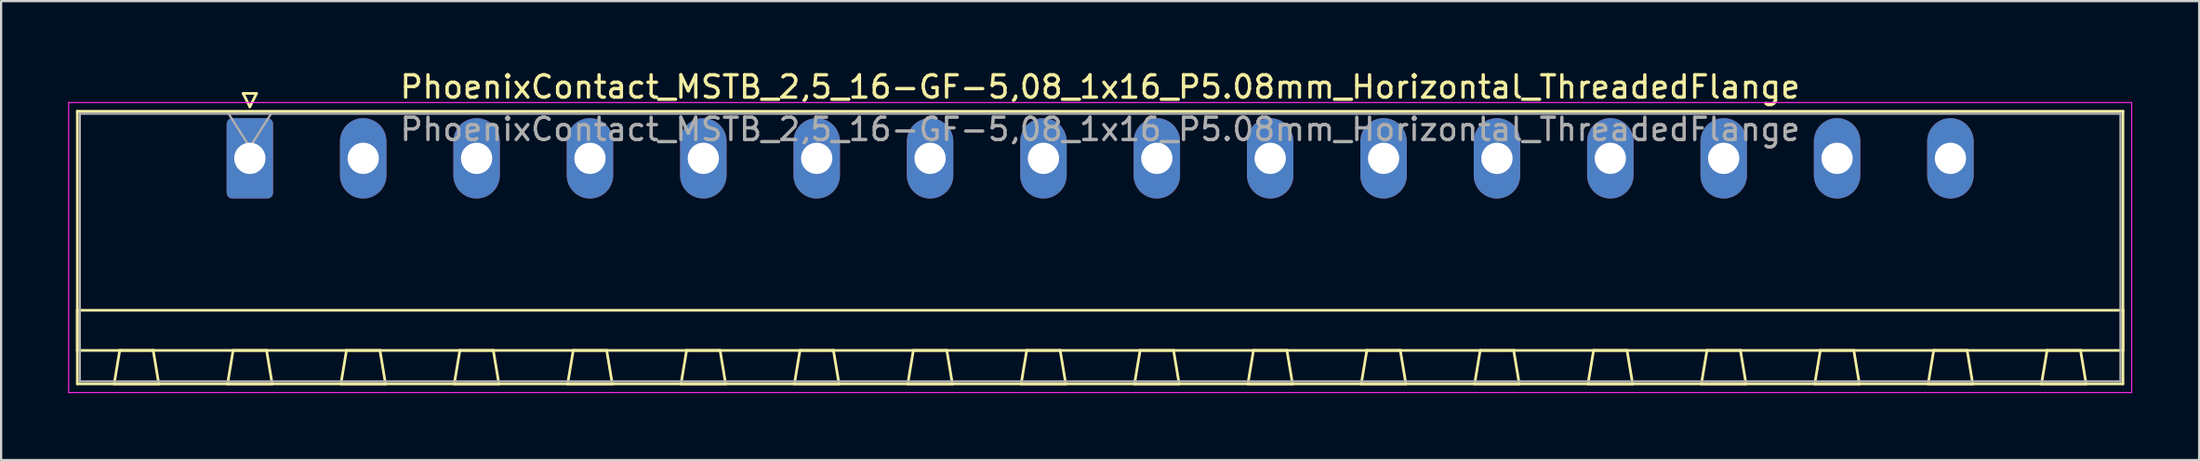
<source format=kicad_pcb>
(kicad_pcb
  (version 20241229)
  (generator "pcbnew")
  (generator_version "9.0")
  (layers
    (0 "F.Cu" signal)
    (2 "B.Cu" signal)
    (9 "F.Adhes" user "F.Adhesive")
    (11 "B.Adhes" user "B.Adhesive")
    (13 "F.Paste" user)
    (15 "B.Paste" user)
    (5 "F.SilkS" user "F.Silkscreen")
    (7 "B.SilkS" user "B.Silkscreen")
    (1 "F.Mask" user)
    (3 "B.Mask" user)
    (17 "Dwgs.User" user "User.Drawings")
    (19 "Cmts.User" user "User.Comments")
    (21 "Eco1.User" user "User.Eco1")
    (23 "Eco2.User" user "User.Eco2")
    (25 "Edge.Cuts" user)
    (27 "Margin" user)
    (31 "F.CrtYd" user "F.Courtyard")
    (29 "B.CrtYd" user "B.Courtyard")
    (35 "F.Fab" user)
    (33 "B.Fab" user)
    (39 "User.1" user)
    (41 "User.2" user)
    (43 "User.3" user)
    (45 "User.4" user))
  (footprint "PhoenixContact_MSTB_2,5_16-GF-5,08_1x16_P5.08mm_Horizontal_ThreadedFlange"
    (layer "F.Cu")
    (at 8.145 4.048)
    (property "Reference" "PhoenixContact_MSTB_2,5_16-GF-5,08_1x16_P5.08mm_Horizontal_ThreadedFlange" (at 38.1 -3.2 0) (layer "F.SilkS") (effects (font (size 1 1) (thickness 0.15))))
    (attr through_hole)
    (fp_line (start -7.73 -2.11) (end -7.73 10.11) (stroke (width 0.12) (type solid)) (layer "F.SilkS"))
    (fp_line (start -7.73 6.81) (end 83.93 6.81) (stroke (width 0.12) (type solid)) (layer "F.SilkS"))
    (fp_line (start -7.73 8.61) (end -7.73 6.81) (stroke (width 0.12) (type solid)) (layer "F.SilkS"))
    (fp_line (start -7.73 10.11) (end 83.93 10.11) (stroke (width 0.12) (type solid)) (layer "F.SilkS"))
    (fp_line (start -6.08 10.11) (end -4.08 10.11) (stroke (width 0.12) (type solid)) (layer "F.SilkS"))
    (fp_line (start -5.83 8.61) (end -6.08 10.11) (stroke (width 0.12) (type solid)) (layer "F.SilkS"))
    (fp_line (start -4.33 8.61) (end -5.83 8.61) (stroke (width 0.12) (type solid)) (layer "F.SilkS"))
    (fp_line (start -4.08 10.11) (end -4.33 8.61) (stroke (width 0.12) (type solid)) (layer "F.SilkS"))
    (fp_line (start -1 10.11) (end 1 10.11) (stroke (width 0.12) (type solid)) (layer "F.SilkS"))
    (fp_line (start -0.75 8.61) (end -1 10.11) (stroke (width 0.12) (type solid)) (layer "F.SilkS"))
    (fp_line (start -0.3 -2.91) (end 0.3 -2.91) (stroke (width 0.12) (type solid)) (layer "F.SilkS"))
    (fp_line (start 0 -2.31) (end -0.3 -2.91) (stroke (width 0.12) (type solid)) (layer "F.SilkS"))
    (fp_line (start 0.3 -2.91) (end 0 -2.31) (stroke (width 0.12) (type solid)) (layer "F.SilkS"))
    (fp_line (start 0.75 8.61) (end -0.75 8.61) (stroke (width 0.12) (type solid)) (layer "F.SilkS"))
    (fp_line (start 1 10.11) (end 0.75 8.61) (stroke (width 0.12) (type solid)) (layer "F.SilkS"))
    (fp_line (start 4.08 10.11) (end 6.08 10.11) (stroke (width 0.12) (type solid)) (layer "F.SilkS"))
    (fp_line (start 4.33 8.61) (end 4.08 10.11) (stroke (width 0.12) (type solid)) (layer "F.SilkS"))
    (fp_line (start 5.83 8.61) (end 4.33 8.61) (stroke (width 0.12) (type solid)) (layer "F.SilkS"))
    (fp_line (start 6.08 10.11) (end 5.83 8.61) (stroke (width 0.12) (type solid)) (layer "F.SilkS"))
    (fp_line (start 9.16 10.11) (end 11.16 10.11) (stroke (width 0.12) (type solid)) (layer "F.SilkS"))
    (fp_line (start 9.41 8.61) (end 9.16 10.11) (stroke (width 0.12) (type solid)) (layer "F.SilkS"))
    (fp_line (start 10.91 8.61) (end 9.41 8.61) (stroke (width 0.12) (type solid)) (layer "F.SilkS"))
    (fp_line (start 11.16 10.11) (end 10.91 8.61) (stroke (width 0.12) (type solid)) (layer "F.SilkS"))
    (fp_line (start 14.24 10.11) (end 16.24 10.11) (stroke (width 0.12) (type solid)) (layer "F.SilkS"))
    (fp_line (start 14.49 8.61) (end 14.24 10.11) (stroke (width 0.12) (type solid)) (layer "F.SilkS"))
    (fp_line (start 15.99 8.61) (end 14.49 8.61) (stroke (width 0.12) (type solid)) (layer "F.SilkS"))
    (fp_line (start 16.24 10.11) (end 15.99 8.61) (stroke (width 0.12) (type solid)) (layer "F.SilkS"))
    (fp_line (start 19.32 10.11) (end 21.32 10.11) (stroke (width 0.12) (type solid)) (layer "F.SilkS"))
    (fp_line (start 19.57 8.61) (end 19.32 10.11) (stroke (width 0.12) (type solid)) (layer "F.SilkS"))
    (fp_line (start 21.07 8.61) (end 19.57 8.61) (stroke (width 0.12) (type solid)) (layer "F.SilkS"))
    (fp_line (start 21.32 10.11) (end 21.07 8.61) (stroke (width 0.12) (type solid)) (layer "F.SilkS"))
    (fp_line (start 24.4 10.11) (end 26.4 10.11) (stroke (width 0.12) (type solid)) (layer "F.SilkS"))
    (fp_line (start 24.65 8.61) (end 24.4 10.11) (stroke (width 0.12) (type solid)) (layer "F.SilkS"))
    (fp_line (start 26.15 8.61) (end 24.65 8.61) (stroke (width 0.12) (type solid)) (layer "F.SilkS"))
    (fp_line (start 26.4 10.11) (end 26.15 8.61) (stroke (width 0.12) (type solid)) (layer "F.SilkS"))
    (fp_line (start 29.48 10.11) (end 31.48 10.11) (stroke (width 0.12) (type solid)) (layer "F.SilkS"))
    (fp_line (start 29.73 8.61) (end 29.48 10.11) (stroke (width 0.12) (type solid)) (layer "F.SilkS"))
    (fp_line (start 31.23 8.61) (end 29.73 8.61) (stroke (width 0.12) (type solid)) (layer "F.SilkS"))
    (fp_line (start 31.48 10.11) (end 31.23 8.61) (stroke (width 0.12) (type solid)) (layer "F.SilkS"))
    (fp_line (start 34.56 10.11) (end 36.56 10.11) (stroke (width 0.12) (type solid)) (layer "F.SilkS"))
    (fp_line (start 34.81 8.61) (end 34.56 10.11) (stroke (width 0.12) (type solid)) (layer "F.SilkS"))
    (fp_line (start 36.31 8.61) (end 34.81 8.61) (stroke (width 0.12) (type solid)) (layer "F.SilkS"))
    (fp_line (start 36.56 10.11) (end 36.31 8.61) (stroke (width 0.12) (type solid)) (layer "F.SilkS"))
    (fp_line (start 39.64 10.11) (end 41.64 10.11) (stroke (width 0.12) (type solid)) (layer "F.SilkS"))
    (fp_line (start 39.89 8.61) (end 39.64 10.11) (stroke (width 0.12) (type solid)) (layer "F.SilkS"))
    (fp_line (start 41.39 8.61) (end 39.89 8.61) (stroke (width 0.12) (type solid)) (layer "F.SilkS"))
    (fp_line (start 41.64 10.11) (end 41.39 8.61) (stroke (width 0.12) (type solid)) (layer "F.SilkS"))
    (fp_line (start 44.72 10.11) (end 46.72 10.11) (stroke (width 0.12) (type solid)) (layer "F.SilkS"))
    (fp_line (start 44.97 8.61) (end 44.72 10.11) (stroke (width 0.12) (type solid)) (layer "F.SilkS"))
    (fp_line (start 46.47 8.61) (end 44.97 8.61) (stroke (width 0.12) (type solid)) (layer "F.SilkS"))
    (fp_line (start 46.72 10.11) (end 46.47 8.61) (stroke (width 0.12) (type solid)) (layer "F.SilkS"))
    (fp_line (start 49.8 10.11) (end 51.8 10.11) (stroke (width 0.12) (type solid)) (layer "F.SilkS"))
    (fp_line (start 50.05 8.61) (end 49.8 10.11) (stroke (width 0.12) (type solid)) (layer "F.SilkS"))
    (fp_line (start 51.55 8.61) (end 50.05 8.61) (stroke (width 0.12) (type solid)) (layer "F.SilkS"))
    (fp_line (start 51.8 10.11) (end 51.55 8.61) (stroke (width 0.12) (type solid)) (layer "F.SilkS"))
    (fp_line (start 54.88 10.11) (end 56.88 10.11) (stroke (width 0.12) (type solid)) (layer "F.SilkS"))
    (fp_line (start 55.13 8.61) (end 54.88 10.11) (stroke (width 0.12) (type solid)) (layer "F.SilkS"))
    (fp_line (start 56.63 8.61) (end 55.13 8.61) (stroke (width 0.12) (type solid)) (layer "F.SilkS"))
    (fp_line (start 56.88 10.11) (end 56.63 8.61) (stroke (width 0.12) (type solid)) (layer "F.SilkS"))
    (fp_line (start 59.96 10.11) (end 61.96 10.11) (stroke (width 0.12) (type solid)) (layer "F.SilkS"))
    (fp_line (start 60.21 8.61) (end 59.96 10.11) (stroke (width 0.12) (type solid)) (layer "F.SilkS"))
    (fp_line (start 61.71 8.61) (end 60.21 8.61) (stroke (width 0.12) (type solid)) (layer "F.SilkS"))
    (fp_line (start 61.96 10.11) (end 61.71 8.61) (stroke (width 0.12) (type solid)) (layer "F.SilkS"))
    (fp_line (start 65.04 10.11) (end 67.04 10.11) (stroke (width 0.12) (type solid)) (layer "F.SilkS"))
    (fp_line (start 65.29 8.61) (end 65.04 10.11) (stroke (width 0.12) (type solid)) (layer "F.SilkS"))
    (fp_line (start 66.79 8.61) (end 65.29 8.61) (stroke (width 0.12) (type solid)) (layer "F.SilkS"))
    (fp_line (start 67.04 10.11) (end 66.79 8.61) (stroke (width 0.12) (type solid)) (layer "F.SilkS"))
    (fp_line (start 70.12 10.11) (end 72.12 10.11) (stroke (width 0.12) (type solid)) (layer "F.SilkS"))
    (fp_line (start 70.37 8.61) (end 70.12 10.11) (stroke (width 0.12) (type solid)) (layer "F.SilkS"))
    (fp_line (start 71.87 8.61) (end 70.37 8.61) (stroke (width 0.12) (type solid)) (layer "F.SilkS"))
    (fp_line (start 72.12 10.11) (end 71.87 8.61) (stroke (width 0.12) (type solid)) (layer "F.SilkS"))
    (fp_line (start 75.2 10.11) (end 77.2 10.11) (stroke (width 0.12) (type solid)) (layer "F.SilkS"))
    (fp_line (start 75.45 8.61) (end 75.2 10.11) (stroke (width 0.12) (type solid)) (layer "F.SilkS"))
    (fp_line (start 76.95 8.61) (end 75.45 8.61) (stroke (width 0.12) (type solid)) (layer "F.SilkS"))
    (fp_line (start 77.2 10.11) (end 76.95 8.61) (stroke (width 0.12) (type solid)) (layer "F.SilkS"))
    (fp_line (start 80.28 10.11) (end 82.28 10.11) (stroke (width 0.12) (type solid)) (layer "F.SilkS"))
    (fp_line (start 80.53 8.61) (end 80.28 10.11) (stroke (width 0.12) (type solid)) (layer "F.SilkS"))
    (fp_line (start 82.03 8.61) (end 80.53 8.61) (stroke (width 0.12) (type solid)) (layer "F.SilkS"))
    (fp_line (start 82.28 10.11) (end 82.03 8.61) (stroke (width 0.12) (type solid)) (layer "F.SilkS"))
    (fp_line (start 83.93 -2.11) (end -7.73 -2.11) (stroke (width 0.12) (type solid)) (layer "F.SilkS"))
    (fp_line (start 83.93 6.81) (end 83.93 8.61) (stroke (width 0.12) (type solid)) (layer "F.SilkS"))
    (fp_line (start 83.93 8.61) (end -7.73 8.61) (stroke (width 0.12) (type solid)) (layer "F.SilkS"))
    (fp_line (start 83.93 10.11) (end 83.93 -2.11) (stroke (width 0.12) (type solid)) (layer "F.SilkS"))
    (fp_line (start -8.12 -2.5) (end -8.12 10.5) (stroke (width 0.05) (type solid)) (layer "F.CrtYd"))
    (fp_line (start -8.12 10.5) (end 84.32 10.5) (stroke (width 0.05) (type solid)) (layer "F.CrtYd"))
    (fp_line (start 84.32 -2.5) (end -8.12 -2.5) (stroke (width 0.05) (type solid)) (layer "F.CrtYd"))
    (fp_line (start 84.32 10.5) (end 84.32 -2.5) (stroke (width 0.05) (type solid)) (layer "F.CrtYd"))
    (fp_line (start -7.62 -2) (end -7.62 10) (stroke (width 0.1) (type solid)) (layer "F.Fab"))
    (fp_line (start -7.62 10) (end 83.82 10) (stroke (width 0.1) (type solid)) (layer "F.Fab"))
    (fp_line (start 0 -0.5) (end -0.95 -2) (stroke (width 0.1) (type solid)) (layer "F.Fab"))
    (fp_line (start 0.95 -2) (end 0 -0.5) (stroke (width 0.1) (type solid)) (layer "F.Fab"))
    (fp_line (start 83.82 -2) (end -7.62 -2) (stroke (width 0.1) (type solid)) (layer "F.Fab"))
    (fp_line (start 83.82 10) (end 83.82 -2) (stroke (width 0.1) (type solid)) (layer "F.Fab"))
    (fp_text user "${REFERENCE}" (at 38.1 -1.3 0) (layer "F.Fab") (effects (font (size 1 1) (thickness 0.15))))
    (pad "1" thru_hole roundrect (at 0 0) (size 2.08 3.6) (drill 1.4) (layers "*.Cu" "*.Mask") (roundrect_rratio 0.12))
    (pad "2" thru_hole oval (at 5.08 0) (size 2.08 3.6) (drill 1.4) (layers "*.Cu" "*.Mask"))
    (pad "3" thru_hole oval (at 10.16 0) (size 2.08 3.6) (drill 1.4) (layers "*.Cu" "*.Mask"))
    (pad "4" thru_hole oval (at 15.24 0) (size 2.08 3.6) (drill 1.4) (layers "*.Cu" "*.Mask"))
    (pad "5" thru_hole oval (at 20.32 0) (size 2.08 3.6) (drill 1.4) (layers "*.Cu" "*.Mask"))
    (pad "6" thru_hole oval (at 25.4 0) (size 2.08 3.6) (drill 1.4) (layers "*.Cu" "*.Mask"))
    (pad "7" thru_hole oval (at 30.48 0) (size 2.08 3.6) (drill 1.4) (layers "*.Cu" "*.Mask"))
    (pad "8" thru_hole oval (at 35.56 0) (size 2.08 3.6) (drill 1.4) (layers "*.Cu" "*.Mask"))
    (pad "9" thru_hole oval (at 40.64 0) (size 2.08 3.6) (drill 1.4) (layers "*.Cu" "*.Mask"))
    (pad "10" thru_hole oval (at 45.72 0) (size 2.08 3.6) (drill 1.4) (layers "*.Cu" "*.Mask"))
    (pad "11" thru_hole oval (at 50.8 0) (size 2.08 3.6) (drill 1.4) (layers "*.Cu" "*.Mask"))
    (pad "12" thru_hole oval (at 55.88 0) (size 2.08 3.6) (drill 1.4) (layers "*.Cu" "*.Mask"))
    (pad "13" thru_hole oval (at 60.96 0) (size 2.08 3.6) (drill 1.4) (layers "*.Cu" "*.Mask"))
    (pad "14" thru_hole oval (at 66.04 0) (size 2.08 3.6) (drill 1.4) (layers "*.Cu" "*.Mask"))
    (pad "15" thru_hole oval (at 71.12 0) (size 2.08 3.6) (drill 1.4) (layers "*.Cu" "*.Mask"))
    (pad "16" thru_hole oval (at 76.2 0) (size 2.08 3.6) (drill 1.4) (layers "*.Cu" "*.Mask")))
  (gr_rect
    (start -3 -3)
    (end 95.49 17.573)
    (stroke (width 0.1) (type default))
    (fill no)
    (layer "Edge.Cuts")))
</source>
